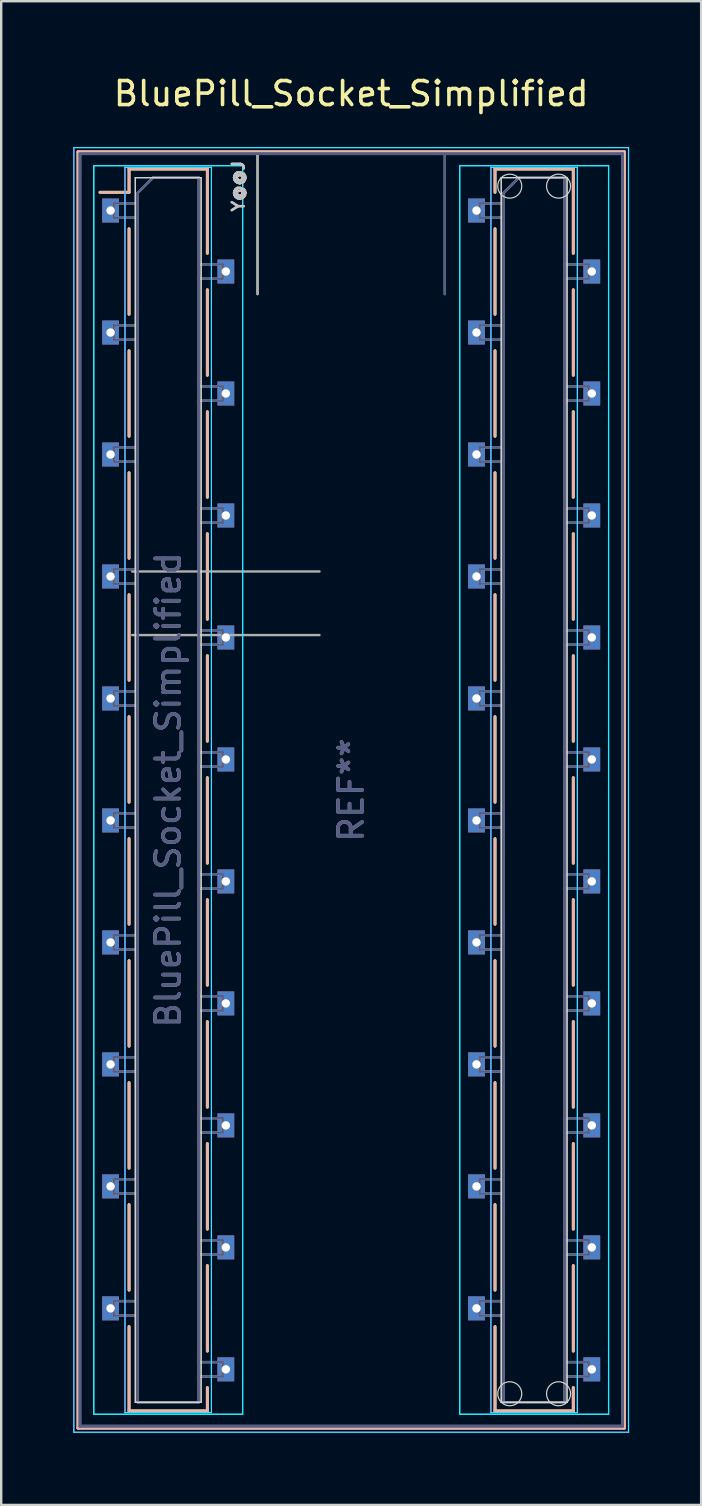
<source format=kicad_pcb>
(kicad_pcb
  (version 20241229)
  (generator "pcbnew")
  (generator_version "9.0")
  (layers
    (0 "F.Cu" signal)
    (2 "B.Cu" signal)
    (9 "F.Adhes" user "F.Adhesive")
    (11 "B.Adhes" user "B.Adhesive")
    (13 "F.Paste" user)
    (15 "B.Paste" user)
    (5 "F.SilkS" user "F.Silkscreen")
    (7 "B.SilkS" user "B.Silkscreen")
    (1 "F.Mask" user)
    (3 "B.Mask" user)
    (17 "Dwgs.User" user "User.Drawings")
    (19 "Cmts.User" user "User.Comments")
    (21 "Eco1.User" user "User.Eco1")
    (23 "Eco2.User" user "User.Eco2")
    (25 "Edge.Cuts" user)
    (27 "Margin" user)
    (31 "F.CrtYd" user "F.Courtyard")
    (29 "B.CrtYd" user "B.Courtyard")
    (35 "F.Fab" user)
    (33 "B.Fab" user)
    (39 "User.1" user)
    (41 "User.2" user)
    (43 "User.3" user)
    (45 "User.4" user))
  (footprint "BluePill_Socket_Simplified"
    (layer "F.Cu")
    (at 11.575 29.848)
    (property "Reference" "BluePill_Socket_Simplified" (at 0 -29 0) (layer "F.SilkS") (effects (font (size 1 1) (thickness 0.15))))
    (attr smd)
    (fp_line (start -11.375 -26.575) (end 11.375 -26.575) (stroke (width 0.12) (type solid)) (layer "F.SilkS"))
    (fp_line (start -11.375 26.575) (end -11.375 -26.575) (stroke (width 0.12) (type solid)) (layer "F.SilkS"))
    (fp_line (start -10.46 -24.89) (end -9.25 -24.89) (stroke (width 0.12) (type solid)) (layer "F.SilkS"))
    (fp_line (start -9.25 -25.86) (end -9.25 -24.89) (stroke (width 0.12) (type solid)) (layer "F.SilkS"))
    (fp_line (start -9.25 -25.86) (end -5.99 -25.86) (stroke (width 0.12) (type solid)) (layer "F.SilkS"))
    (fp_line (start -9.25 -23.37) (end -9.25 -19.81) (stroke (width 0.12) (type solid)) (layer "F.SilkS"))
    (fp_line (start -9.25 -18.29) (end -9.25 -14.73) (stroke (width 0.12) (type solid)) (layer "F.SilkS"))
    (fp_line (start -9.25 -13.21) (end -9.25 -9.65) (stroke (width 0.12) (type solid)) (layer "F.SilkS"))
    (fp_line (start -9.25 -8.13) (end -9.25 -4.57) (stroke (width 0.12) (type solid)) (layer "F.SilkS"))
    (fp_line (start -9.25 -3.05) (end -9.25 0.51) (stroke (width 0.12) (type solid)) (layer "F.SilkS"))
    (fp_line (start -9.25 2.03) (end -9.25 5.59) (stroke (width 0.12) (type solid)) (layer "F.SilkS"))
    (fp_line (start -9.25 7.11) (end -9.25 10.67) (stroke (width 0.12) (type solid)) (layer "F.SilkS"))
    (fp_line (start -9.25 12.19) (end -9.25 15.75) (stroke (width 0.12) (type solid)) (layer "F.SilkS"))
    (fp_line (start -9.25 17.27) (end -9.25 20.83) (stroke (width 0.12) (type solid)) (layer "F.SilkS"))
    (fp_line (start -9.25 22.35) (end -9.25 25.86) (stroke (width 0.12) (type solid)) (layer "F.SilkS"))
    (fp_line (start -9.25 25.86) (end -5.99 25.86) (stroke (width 0.12) (type solid)) (layer "F.SilkS"))
    (fp_line (start -5.99 -25.86) (end -5.99 -22.35) (stroke (width 0.12) (type solid)) (layer "F.SilkS"))
    (fp_line (start -5.99 -20.83) (end -5.99 -17.27) (stroke (width 0.12) (type solid)) (layer "F.SilkS"))
    (fp_line (start -5.99 -15.75) (end -5.99 -12.19) (stroke (width 0.12) (type solid)) (layer "F.SilkS"))
    (fp_line (start -5.99 -10.67) (end -5.99 -7.11) (stroke (width 0.12) (type solid)) (layer "F.SilkS"))
    (fp_line (start -5.99 -5.59) (end -5.99 -2.03) (stroke (width 0.12) (type solid)) (layer "F.SilkS"))
    (fp_line (start -5.99 -0.51) (end -5.99 3.05) (stroke (width 0.12) (type solid)) (layer "F.SilkS"))
    (fp_line (start -5.99 4.57) (end -5.99 8.13) (stroke (width 0.12) (type solid)) (layer "F.SilkS"))
    (fp_line (start -5.99 9.65) (end -5.99 13.21) (stroke (width 0.12) (type solid)) (layer "F.SilkS"))
    (fp_line (start -5.99 14.73) (end -5.99 18.29) (stroke (width 0.12) (type solid)) (layer "F.SilkS"))
    (fp_line (start -5.99 19.81) (end -5.99 23.37) (stroke (width 0.12) (type solid)) (layer "F.SilkS"))
    (fp_line (start -5.99 24.89) (end -5.99 25.86) (stroke (width 0.12) (type solid)) (layer "F.SilkS"))
    (fp_line (start 5.99 -25.86) (end 5.99 -24.89) (stroke (width 0.12) (type solid)) (layer "F.SilkS"))
    (fp_line (start 5.99 -25.86) (end 9.25 -25.86) (stroke (width 0.12) (type solid)) (layer "F.SilkS"))
    (fp_line (start 5.99 -23.37) (end 5.99 -19.81) (stroke (width 0.12) (type solid)) (layer "F.SilkS"))
    (fp_line (start 5.99 -18.29) (end 5.99 -14.73) (stroke (width 0.12) (type solid)) (layer "F.SilkS"))
    (fp_line (start 5.99 -13.21) (end 5.99 -9.65) (stroke (width 0.12) (type solid)) (layer "F.SilkS"))
    (fp_line (start 5.99 -8.13) (end 5.99 -4.57) (stroke (width 0.12) (type solid)) (layer "F.SilkS"))
    (fp_line (start 5.99 -3.05) (end 5.99 0.51) (stroke (width 0.12) (type solid)) (layer "F.SilkS"))
    (fp_line (start 5.99 2.03) (end 5.99 5.59) (stroke (width 0.12) (type solid)) (layer "F.SilkS"))
    (fp_line (start 5.99 7.11) (end 5.99 10.67) (stroke (width 0.12) (type solid)) (layer "F.SilkS"))
    (fp_line (start 5.99 12.19) (end 5.99 15.75) (stroke (width 0.12) (type solid)) (layer "F.SilkS"))
    (fp_line (start 5.99 17.27) (end 5.99 20.83) (stroke (width 0.12) (type solid)) (layer "F.SilkS"))
    (fp_line (start 5.99 22.35) (end 5.99 25.86) (stroke (width 0.12) (type solid)) (layer "F.SilkS"))
    (fp_line (start 5.99 25.86) (end 9.25 25.86) (stroke (width 0.12) (type solid)) (layer "F.SilkS"))
    (fp_line (start 9.25 -25.86) (end 9.25 -22.35) (stroke (width 0.12) (type solid)) (layer "F.SilkS"))
    (fp_line (start 9.25 -20.83) (end 9.25 -17.27) (stroke (width 0.12) (type solid)) (layer "F.SilkS"))
    (fp_line (start 9.25 -15.75) (end 9.25 -12.19) (stroke (width 0.12) (type solid)) (layer "F.SilkS"))
    (fp_line (start 9.25 -10.67) (end 9.25 -7.11) (stroke (width 0.12) (type solid)) (layer "F.SilkS"))
    (fp_line (start 9.25 -5.59) (end 9.25 -2.03) (stroke (width 0.12) (type solid)) (layer "F.SilkS"))
    (fp_line (start 9.25 -0.51) (end 9.25 3.05) (stroke (width 0.12) (type solid)) (layer "F.SilkS"))
    (fp_line (start 9.25 4.57) (end 9.25 8.13) (stroke (width 0.12) (type solid)) (layer "F.SilkS"))
    (fp_line (start 9.25 9.65) (end 9.25 13.21) (stroke (width 0.12) (type solid)) (layer "F.SilkS"))
    (fp_line (start 9.25 14.73) (end 9.25 18.29) (stroke (width 0.12) (type solid)) (layer "F.SilkS"))
    (fp_line (start 9.25 19.81) (end 9.25 23.37) (stroke (width 0.12) (type solid)) (layer "F.SilkS"))
    (fp_line (start 9.25 24.89) (end 9.25 25.86) (stroke (width 0.12) (type solid)) (layer "F.SilkS"))
    (fp_line (start 11.375 -26.575) (end 11.375 26.575) (stroke (width 0.12) (type solid)) (layer "F.SilkS"))
    (fp_line (start 11.375 26.575) (end -11.375 26.575) (stroke (width 0.12) (type solid)) (layer "F.SilkS"))
    (fp_line (start -11.375 -26.575) (end 11.375 -26.575) (stroke (width 0.12) (type solid)) (layer "B.SilkS"))
    (fp_line (start -11.375 26.575) (end -11.375 -26.575) (stroke (width 0.12) (type solid)) (layer "B.SilkS"))
    (fp_line (start -10.46 -24.89) (end -9.25 -24.89) (stroke (width 0.12) (type solid)) (layer "B.SilkS"))
    (fp_line (start -9.25 -25.86) (end -9.25 -24.89) (stroke (width 0.12) (type solid)) (layer "B.SilkS"))
    (fp_line (start -9.25 -25.86) (end -5.99 -25.86) (stroke (width 0.12) (type solid)) (layer "B.SilkS"))
    (fp_line (start -9.25 -23.37) (end -9.25 -19.81) (stroke (width 0.12) (type solid)) (layer "B.SilkS"))
    (fp_line (start -9.25 -18.29) (end -9.25 -14.73) (stroke (width 0.12) (type solid)) (layer "B.SilkS"))
    (fp_line (start -9.25 -13.21) (end -9.25 -9.65) (stroke (width 0.12) (type solid)) (layer "B.SilkS"))
    (fp_line (start -9.25 -8.13) (end -9.25 -4.57) (stroke (width 0.12) (type solid)) (layer "B.SilkS"))
    (fp_line (start -9.25 -3.05) (end -9.25 0.51) (stroke (width 0.12) (type solid)) (layer "B.SilkS"))
    (fp_line (start -9.25 2.03) (end -9.25 5.59) (stroke (width 0.12) (type solid)) (layer "B.SilkS"))
    (fp_line (start -9.25 7.11) (end -9.25 10.67) (stroke (width 0.12) (type solid)) (layer "B.SilkS"))
    (fp_line (start -9.25 12.19) (end -9.25 15.75) (stroke (width 0.12) (type solid)) (layer "B.SilkS"))
    (fp_line (start -9.25 17.27) (end -9.25 20.83) (stroke (width 0.12) (type solid)) (layer "B.SilkS"))
    (fp_line (start -9.25 22.35) (end -9.25 25.86) (stroke (width 0.12) (type solid)) (layer "B.SilkS"))
    (fp_line (start -9.25 25.86) (end -5.99 25.86) (stroke (width 0.12) (type solid)) (layer "B.SilkS"))
    (fp_line (start -5.99 -25.86) (end -5.99 -22.35) (stroke (width 0.12) (type solid)) (layer "B.SilkS"))
    (fp_line (start -5.99 -20.83) (end -5.99 -17.27) (stroke (width 0.12) (type solid)) (layer "B.SilkS"))
    (fp_line (start -5.99 -15.75) (end -5.99 -12.19) (stroke (width 0.12) (type solid)) (layer "B.SilkS"))
    (fp_line (start -5.99 -10.67) (end -5.99 -7.11) (stroke (width 0.12) (type solid)) (layer "B.SilkS"))
    (fp_line (start -5.99 -5.59) (end -5.99 -2.03) (stroke (width 0.12) (type solid)) (layer "B.SilkS"))
    (fp_line (start -5.99 -0.51) (end -5.99 3.05) (stroke (width 0.12) (type solid)) (layer "B.SilkS"))
    (fp_line (start -5.99 4.57) (end -5.99 8.13) (stroke (width 0.12) (type solid)) (layer "B.SilkS"))
    (fp_line (start -5.99 9.65) (end -5.99 13.21) (stroke (width 0.12) (type solid)) (layer "B.SilkS"))
    (fp_line (start -5.99 14.73) (end -5.99 18.29) (stroke (width 0.12) (type solid)) (layer "B.SilkS"))
    (fp_line (start -5.99 19.81) (end -5.99 23.37) (stroke (width 0.12) (type solid)) (layer "B.SilkS"))
    (fp_line (start -5.99 24.89) (end -5.99 25.86) (stroke (width 0.12) (type solid)) (layer "B.SilkS"))
    (fp_line (start 5.99 -25.86) (end 5.99 -24.89) (stroke (width 0.12) (type solid)) (layer "B.SilkS"))
    (fp_line (start 5.99 -25.86) (end 9.25 -25.86) (stroke (width 0.12) (type solid)) (layer "B.SilkS"))
    (fp_line (start 5.99 -23.37) (end 5.99 -19.81) (stroke (width 0.12) (type solid)) (layer "B.SilkS"))
    (fp_line (start 5.99 -18.29) (end 5.99 -14.73) (stroke (width 0.12) (type solid)) (layer "B.SilkS"))
    (fp_line (start 5.99 -13.21) (end 5.99 -9.65) (stroke (width 0.12) (type solid)) (layer "B.SilkS"))
    (fp_line (start 5.99 -8.13) (end 5.99 -4.57) (stroke (width 0.12) (type solid)) (layer "B.SilkS"))
    (fp_line (start 5.99 -3.05) (end 5.99 0.51) (stroke (width 0.12) (type solid)) (layer "B.SilkS"))
    (fp_line (start 5.99 2.03) (end 5.99 5.59) (stroke (width 0.12) (type solid)) (layer "B.SilkS"))
    (fp_line (start 5.99 7.11) (end 5.99 10.67) (stroke (width 0.12) (type solid)) (layer "B.SilkS"))
    (fp_line (start 5.99 12.19) (end 5.99 15.75) (stroke (width 0.12) (type solid)) (layer "B.SilkS"))
    (fp_line (start 5.99 17.27) (end 5.99 20.83) (stroke (width 0.12) (type solid)) (layer "B.SilkS"))
    (fp_line (start 5.99 22.35) (end 5.99 25.86) (stroke (width 0.12) (type solid)) (layer "B.SilkS"))
    (fp_line (start 5.99 25.86) (end 9.25 25.86) (stroke (width 0.12) (type solid)) (layer "B.SilkS"))
    (fp_line (start 9.25 -25.86) (end 9.25 -22.35) (stroke (width 0.12) (type solid)) (layer "B.SilkS"))
    (fp_line (start 9.25 -20.83) (end 9.25 -17.27) (stroke (width 0.12) (type solid)) (layer "B.SilkS"))
    (fp_line (start 9.25 -15.75) (end 9.25 -12.19) (stroke (width 0.12) (type solid)) (layer "B.SilkS"))
    (fp_line (start 9.25 -10.67) (end 9.25 -7.11) (stroke (width 0.12) (type solid)) (layer "B.SilkS"))
    (fp_line (start 9.25 -5.59) (end 9.25 -2.03) (stroke (width 0.12) (type solid)) (layer "B.SilkS"))
    (fp_line (start 9.25 -0.51) (end 9.25 3.05) (stroke (width 0.12) (type solid)) (layer "B.SilkS"))
    (fp_line (start 9.25 4.57) (end 9.25 8.13) (stroke (width 0.12) (type solid)) (layer "B.SilkS"))
    (fp_line (start 9.25 9.65) (end 9.25 13.21) (stroke (width 0.12) (type solid)) (layer "B.SilkS"))
    (fp_line (start 9.25 14.73) (end 9.25 18.29) (stroke (width 0.12) (type solid)) (layer "B.SilkS"))
    (fp_line (start 9.25 19.81) (end 9.25 23.37) (stroke (width 0.12) (type solid)) (layer "B.SilkS"))
    (fp_line (start 9.25 24.89) (end 9.25 25.86) (stroke (width 0.12) (type solid)) (layer "B.SilkS"))
    (fp_line (start 11.375 -26.575) (end 11.375 26.575) (stroke (width 0.12) (type solid)) (layer "B.SilkS"))
    (fp_line (start 11.375 26.575) (end -11.375 26.575) (stroke (width 0.12) (type solid)) (layer "B.SilkS"))
    (fp_line (start -8.99 -25.5) (end -6.25 -25.5) (stroke (width 0.05) (type solid)) (layer "Edge.Cuts"))
    (fp_line (start -8.99 -25.5) (end -6.25 -25.5) (stroke (width 0.05) (type solid)) (layer "Edge.Cuts"))
    (fp_line (start -8.99 25.5) (end -8.99 -25.5) (stroke (width 0.05) (type solid)) (layer "Edge.Cuts"))
    (fp_line (start -8.99 25.5) (end -8.99 -25.5) (stroke (width 0.05) (type solid)) (layer "Edge.Cuts"))
    (fp_line (start -6.25 -25.5) (end -6.25 25.5) (stroke (width 0.05) (type solid)) (layer "Edge.Cuts"))
    (fp_line (start -6.25 -25.5) (end -6.25 25.5) (stroke (width 0.05) (type solid)) (layer "Edge.Cuts"))
    (fp_line (start -6.25 25.5) (end -8.99 25.5) (stroke (width 0.05) (type solid)) (layer "Edge.Cuts"))
    (fp_line (start -6.25 25.5) (end -8.99 25.5) (stroke (width 0.05) (type solid)) (layer "Edge.Cuts"))
    (fp_line (start 6.25 -25.5) (end 8.99 -25.5) (stroke (width 0.05) (type solid)) (layer "Edge.Cuts"))
    (fp_line (start 6.25 -25.5) (end 8.99 -25.5) (stroke (width 0.05) (type solid)) (layer "Edge.Cuts"))
    (fp_line (start 6.25 25.5) (end 6.25 -25.5) (stroke (width 0.05) (type solid)) (layer "Edge.Cuts"))
    (fp_line (start 6.25 25.5) (end 6.25 -25.5) (stroke (width 0.05) (type solid)) (layer "Edge.Cuts"))
    (fp_line (start 8.99 -25.5) (end 8.99 25.5) (stroke (width 0.05) (type solid)) (layer "Edge.Cuts"))
    (fp_line (start 8.99 -25.5) (end 8.99 25.5) (stroke (width 0.05) (type solid)) (layer "Edge.Cuts"))
    (fp_line (start 8.99 25.5) (end 6.25 25.5) (stroke (width 0.05) (type solid)) (layer "Edge.Cuts"))
    (fp_line (start 8.99 25.5) (end 6.25 25.5) (stroke (width 0.05) (type solid)) (layer "Edge.Cuts"))
    (fp_circle (center 6.604 -25.146) (end 7.104 -25.146) (stroke (width 0.05) (type default)) (fill no) (layer "Edge.Cuts"))
    (fp_circle (center 6.604 25.146) (end 7.104 25.146) (stroke (width 0.05) (type default)) (fill no) (layer "Edge.Cuts"))
    (fp_circle (center 8.636 -25.146) (end 9.136 -25.146) (stroke (width 0.05) (type default)) (fill no) (layer "Edge.Cuts"))
    (fp_circle (center 8.636 25.146) (end 9.136 25.146) (stroke (width 0.05) (type default)) (fill no) (layer "Edge.Cuts"))
    (fp_line (start -11.55 -26.75) (end 11.55 -26.75) (stroke (width 0.05) (type solid)) (layer "B.CrtYd"))
    (fp_line (start -11.55 26.75) (end -11.55 -26.75) (stroke (width 0.05) (type solid)) (layer "B.CrtYd"))
    (fp_line (start -10.72 -26) (end -4.52 -26) (stroke (width 0.05) (type solid)) (layer "B.CrtYd"))
    (fp_line (start -10.72 -26) (end -4.52 -26) (stroke (width 0.05) (type solid)) (layer "B.CrtYd"))
    (fp_line (start -10.72 26) (end -10.72 -26) (stroke (width 0.05) (type solid)) (layer "B.CrtYd"))
    (fp_line (start -10.72 26) (end -10.72 -26) (stroke (width 0.05) (type solid)) (layer "B.CrtYd"))
    (fp_line (start -9.42 -25.93) (end -9.42 25.93) (stroke (width 0.05) (type solid)) (layer "B.CrtYd"))
    (fp_line (start -9.42 25.93) (end -5.82 25.93) (stroke (width 0.05) (type solid)) (layer "B.CrtYd"))
    (fp_line (start -5.82 -25.93) (end -9.42 -25.93) (stroke (width 0.05) (type solid)) (layer "B.CrtYd"))
    (fp_line (start -5.82 -25.93) (end -5.82 21.59) (stroke (width 0.05) (type solid)) (layer "B.CrtYd"))
    (fp_line (start -5.82 21.59) (end -5.82 25.93) (stroke (width 0.05) (type solid)) (layer "B.CrtYd"))
    (fp_line (start -4.52 -26) (end -4.52 26) (stroke (width 0.05) (type solid)) (layer "B.CrtYd"))
    (fp_line (start -4.52 -26) (end -4.52 26) (stroke (width 0.05) (type solid)) (layer "B.CrtYd"))
    (fp_line (start -4.52 26) (end -10.72 26) (stroke (width 0.05) (type solid)) (layer "B.CrtYd"))
    (fp_line (start -4.52 26) (end -10.72 26) (stroke (width 0.05) (type solid)) (layer "B.CrtYd"))
    (fp_line (start 4.52 -26) (end 10.72 -26) (stroke (width 0.05) (type solid)) (layer "B.CrtYd"))
    (fp_line (start 4.52 -26) (end 10.72 -26) (stroke (width 0.05) (type solid)) (layer "B.CrtYd"))
    (fp_line (start 4.52 26) (end 4.52 -26) (stroke (width 0.05) (type solid)) (layer "B.CrtYd"))
    (fp_line (start 4.52 26) (end 4.52 -26) (stroke (width 0.05) (type solid)) (layer "B.CrtYd"))
    (fp_line (start 5.82 -25.93) (end 5.82 21.59) (stroke (width 0.05) (type solid)) (layer "B.CrtYd"))
    (fp_line (start 5.82 -25.93) (end 9.42 -25.93) (stroke (width 0.05) (type solid)) (layer "B.CrtYd"))
    (fp_line (start 5.82 21.59) (end 5.82 25.93) (stroke (width 0.05) (type solid)) (layer "B.CrtYd"))
    (fp_line (start 9.42 -25.93) (end 9.42 25.93) (stroke (width 0.05) (type solid)) (layer "B.CrtYd"))
    (fp_line (start 9.42 25.93) (end 5.82 25.93) (stroke (width 0.05) (type solid)) (layer "B.CrtYd"))
    (fp_line (start 10.72 -26) (end 10.72 26) (stroke (width 0.05) (type solid)) (layer "B.CrtYd"))
    (fp_line (start 10.72 -26) (end 10.72 26) (stroke (width 0.05) (type solid)) (layer "B.CrtYd"))
    (fp_line (start 10.72 26) (end 4.52 26) (stroke (width 0.05) (type solid)) (layer "B.CrtYd"))
    (fp_line (start 10.72 26) (end 4.52 26) (stroke (width 0.05) (type solid)) (layer "B.CrtYd"))
    (fp_line (start 11.55 -26.75) (end 11.55 26.75) (stroke (width 0.05) (type solid)) (layer "B.CrtYd"))
    (fp_line (start 11.55 26.75) (end -11.55 26.75) (stroke (width 0.05) (type solid)) (layer "B.CrtYd"))
    (fp_line (start -11.55 -26.75) (end 11.55 -26.75) (stroke (width 0.05) (type solid)) (layer "F.CrtYd"))
    (fp_line (start -11.55 26.75) (end -11.55 -26.75) (stroke (width 0.05) (type solid)) (layer "F.CrtYd"))
    (fp_line (start -9.42 -25.93) (end -9.42 25.93) (stroke (width 0.05) (type solid)) (layer "F.CrtYd"))
    (fp_line (start -9.42 25.93) (end -5.82 25.93) (stroke (width 0.05) (type solid)) (layer "F.CrtYd"))
    (fp_line (start -5.82 -25.93) (end -9.42 -25.93) (stroke (width 0.05) (type solid)) (layer "F.CrtYd"))
    (fp_line (start -5.82 -25.93) (end -5.82 21.59) (stroke (width 0.05) (type solid)) (layer "F.CrtYd"))
    (fp_line (start -5.82 21.59) (end -5.82 25.93) (stroke (width 0.05) (type solid)) (layer "F.CrtYd"))
    (fp_line (start 5.82 -25.93) (end 5.82 21.59) (stroke (width 0.05) (type solid)) (layer "F.CrtYd"))
    (fp_line (start 5.82 -25.93) (end 9.42 -25.93) (stroke (width 0.05) (type solid)) (layer "F.CrtYd"))
    (fp_line (start 5.82 21.59) (end 5.82 25.93) (stroke (width 0.05) (type solid)) (layer "F.CrtYd"))
    (fp_line (start 9.42 -25.93) (end 9.42 25.93) (stroke (width 0.05) (type solid)) (layer "F.CrtYd"))
    (fp_line (start 9.42 25.93) (end 5.82 25.93) (stroke (width 0.05) (type solid)) (layer "F.CrtYd"))
    (fp_line (start 11.55 -26.75) (end 11.55 26.75) (stroke (width 0.05) (type solid)) (layer "F.CrtYd"))
    (fp_line (start 11.55 26.75) (end -11.55 26.75) (stroke (width 0.05) (type solid)) (layer "F.CrtYd"))
    (fp_line (start -11.3 -26.5) (end 11.3 -26.5) (stroke (width 0.12) (type solid)) (layer "B.Fab"))
    (fp_line (start -11.3 26.5) (end -11.3 -26.45) (stroke (width 0.12) (type solid)) (layer "B.Fab"))
    (fp_line (start -11.3 26.5) (end 11.3 26.5) (stroke (width 0.12) (type solid)) (layer "B.Fab"))
    (fp_line (start -9.89 -24.43) (end -8.89 -24.43) (stroke (width 0.1) (type solid)) (layer "B.Fab"))
    (fp_line (start -9.89 -23.83) (end -9.89 -24.43) (stroke (width 0.1) (type solid)) (layer "B.Fab"))
    (fp_line (start -9.89 -19.35) (end -8.89 -19.35) (stroke (width 0.1) (type solid)) (layer "B.Fab"))
    (fp_line (start -9.89 -18.75) (end -9.89 -19.35) (stroke (width 0.1) (type solid)) (layer "B.Fab"))
    (fp_line (start -9.89 -14.27) (end -8.89 -14.27) (stroke (width 0.1) (type solid)) (layer "B.Fab"))
    (fp_line (start -9.89 -13.67) (end -9.89 -14.27) (stroke (width 0.1) (type solid)) (layer "B.Fab"))
    (fp_line (start -9.89 -9.19) (end -8.89 -9.19) (stroke (width 0.1) (type solid)) (layer "B.Fab"))
    (fp_line (start -9.89 -8.59) (end -9.89 -9.19) (stroke (width 0.1) (type solid)) (layer "B.Fab"))
    (fp_line (start -9.89 -4.11) (end -8.89 -4.11) (stroke (width 0.1) (type solid)) (layer "B.Fab"))
    (fp_line (start -9.89 -3.51) (end -9.89 -4.11) (stroke (width 0.1) (type solid)) (layer "B.Fab"))
    (fp_line (start -9.89 0.97) (end -8.89 0.97) (stroke (width 0.1) (type solid)) (layer "B.Fab"))
    (fp_line (start -9.89 1.57) (end -9.89 0.97) (stroke (width 0.1) (type solid)) (layer "B.Fab"))
    (fp_line (start -9.89 6.05) (end -8.89 6.05) (stroke (width 0.1) (type solid)) (layer "B.Fab"))
    (fp_line (start -9.89 6.65) (end -9.89 6.05) (stroke (width 0.1) (type solid)) (layer "B.Fab"))
    (fp_line (start -9.89 11.13) (end -8.89 11.13) (stroke (width 0.1) (type solid)) (layer "B.Fab"))
    (fp_line (start -9.89 11.73) (end -9.89 11.13) (stroke (width 0.1) (type solid)) (layer "B.Fab"))
    (fp_line (start -9.89 16.21) (end -8.89 16.21) (stroke (width 0.1) (type solid)) (layer "B.Fab"))
    (fp_line (start -9.89 16.81) (end -9.89 16.21) (stroke (width 0.1) (type solid)) (layer "B.Fab"))
    (fp_line (start -9.89 21.29) (end -8.89 21.29) (stroke (width 0.1) (type solid)) (layer "B.Fab"))
    (fp_line (start -9.89 21.89) (end -9.89 21.29) (stroke (width 0.1) (type solid)) (layer "B.Fab"))
    (fp_line (start -8.89 -24.865) (end -8.255 -25.5) (stroke (width 0.1) (type solid)) (layer "B.Fab"))
    (fp_line (start -8.89 -23.83) (end -9.89 -23.83) (stroke (width 0.1) (type solid)) (layer "B.Fab"))
    (fp_line (start -8.89 -18.75) (end -9.89 -18.75) (stroke (width 0.1) (type solid)) (layer "B.Fab"))
    (fp_line (start -8.89 -13.67) (end -9.89 -13.67) (stroke (width 0.1) (type solid)) (layer "B.Fab"))
    (fp_line (start -8.89 -8.59) (end -9.89 -8.59) (stroke (width 0.1) (type solid)) (layer "B.Fab"))
    (fp_line (start -8.89 -3.51) (end -9.89 -3.51) (stroke (width 0.1) (type solid)) (layer "B.Fab"))
    (fp_line (start -8.89 1.57) (end -9.89 1.57) (stroke (width 0.1) (type solid)) (layer "B.Fab"))
    (fp_line (start -8.89 6.65) (end -9.89 6.65) (stroke (width 0.1) (type solid)) (layer "B.Fab"))
    (fp_line (start -8.89 11.73) (end -9.89 11.73) (stroke (width 0.1) (type solid)) (layer "B.Fab"))
    (fp_line (start -8.89 16.81) (end -9.89 16.81) (stroke (width 0.1) (type solid)) (layer "B.Fab"))
    (fp_line (start -8.89 21.89) (end -9.89 21.89) (stroke (width 0.1) (type solid)) (layer "B.Fab"))
    (fp_line (start -8.89 25.5) (end -8.89 -24.865) (stroke (width 0.1) (type solid)) (layer "B.Fab"))
    (fp_line (start -8.255 -25.5) (end -6.35 -25.5) (stroke (width 0.1) (type solid)) (layer "B.Fab"))
    (fp_line (start -6.35 -25.5) (end -6.35 25.5) (stroke (width 0.1) (type solid)) (layer "B.Fab"))
    (fp_line (start -6.35 -21.89) (end -5.35 -21.89) (stroke (width 0.1) (type solid)) (layer "B.Fab"))
    (fp_line (start -6.35 -16.81) (end -5.35 -16.81) (stroke (width 0.1) (type solid)) (layer "B.Fab"))
    (fp_line (start -6.35 -11.73) (end -5.35 -11.73) (stroke (width 0.1) (type solid)) (layer "B.Fab"))
    (fp_line (start -6.35 -6.65) (end -5.35 -6.65) (stroke (width 0.1) (type solid)) (layer "B.Fab"))
    (fp_line (start -6.35 -1.57) (end -5.35 -1.57) (stroke (width 0.1) (type solid)) (layer "B.Fab"))
    (fp_line (start -6.35 3.51) (end -5.35 3.51) (stroke (width 0.1) (type solid)) (layer "B.Fab"))
    (fp_line (start -6.35 8.59) (end -5.35 8.59) (stroke (width 0.1) (type solid)) (layer "B.Fab"))
    (fp_line (start -6.35 13.67) (end -5.35 13.67) (stroke (width 0.1) (type solid)) (layer "B.Fab"))
    (fp_line (start -6.35 18.75) (end -5.35 18.75) (stroke (width 0.1) (type solid)) (layer "B.Fab"))
    (fp_line (start -6.35 23.83) (end -5.35 23.83) (stroke (width 0.1) (type solid)) (layer "B.Fab"))
    (fp_line (start -6.35 25.5) (end -8.89 25.5) (stroke (width 0.1) (type solid)) (layer "B.Fab"))
    (fp_line (start -5.35 -21.89) (end -5.35 -21.29) (stroke (width 0.1) (type solid)) (layer "B.Fab"))
    (fp_line (start -5.35 -21.29) (end -6.35 -21.29) (stroke (width 0.1) (type solid)) (layer "B.Fab"))
    (fp_line (start -5.35 -16.81) (end -5.35 -16.21) (stroke (width 0.1) (type solid)) (layer "B.Fab"))
    (fp_line (start -5.35 -16.21) (end -6.35 -16.21) (stroke (width 0.1) (type solid)) (layer "B.Fab"))
    (fp_line (start -5.35 -11.73) (end -5.35 -11.13) (stroke (width 0.1) (type solid)) (layer "B.Fab"))
    (fp_line (start -5.35 -11.13) (end -6.35 -11.13) (stroke (width 0.1) (type solid)) (layer "B.Fab"))
    (fp_line (start -5.35 -6.65) (end -5.35 -6.05) (stroke (width 0.1) (type solid)) (layer "B.Fab"))
    (fp_line (start -5.35 -6.05) (end -6.35 -6.05) (stroke (width 0.1) (type solid)) (layer "B.Fab"))
    (fp_line (start -5.35 -1.57) (end -5.35 -0.97) (stroke (width 0.1) (type solid)) (layer "B.Fab"))
    (fp_line (start -5.35 -0.97) (end -6.35 -0.97) (stroke (width 0.1) (type solid)) (layer "B.Fab"))
    (fp_line (start -5.35 3.51) (end -5.35 4.11) (stroke (width 0.1) (type solid)) (layer "B.Fab"))
    (fp_line (start -5.35 4.11) (end -6.35 4.11) (stroke (width 0.1) (type solid)) (layer "B.Fab"))
    (fp_line (start -5.35 8.59) (end -5.35 9.19) (stroke (width 0.1) (type solid)) (layer "B.Fab"))
    (fp_line (start -5.35 9.19) (end -6.35 9.19) (stroke (width 0.1) (type solid)) (layer "B.Fab"))
    (fp_line (start -5.35 13.67) (end -5.35 14.27) (stroke (width 0.1) (type solid)) (layer "B.Fab"))
    (fp_line (start -5.35 14.27) (end -6.35 14.27) (stroke (width 0.1) (type solid)) (layer "B.Fab"))
    (fp_line (start -5.35 18.75) (end -5.35 19.35) (stroke (width 0.1) (type solid)) (layer "B.Fab"))
    (fp_line (start -5.35 19.35) (end -6.35 19.35) (stroke (width 0.1) (type solid)) (layer "B.Fab"))
    (fp_line (start -5.35 23.83) (end -5.35 24.43) (stroke (width 0.1) (type solid)) (layer "B.Fab"))
    (fp_line (start -5.35 24.43) (end -6.35 24.43) (stroke (width 0.1) (type solid)) (layer "B.Fab"))
    (fp_line (start 3.9 -20.65) (end 3.9 -26.45) (stroke (width 0.1) (type solid)) (layer "B.Fab"))
    (fp_line (start 5.35 -24.43) (end 6.35 -24.43) (stroke (width 0.1) (type solid)) (layer "B.Fab"))
    (fp_line (start 5.35 -23.83) (end 5.35 -24.43) (stroke (width 0.1) (type solid)) (layer "B.Fab"))
    (fp_line (start 5.35 -19.35) (end 6.35 -19.35) (stroke (width 0.1) (type solid)) (layer "B.Fab"))
    (fp_line (start 5.35 -18.75) (end 5.35 -19.35) (stroke (width 0.1) (type solid)) (layer "B.Fab"))
    (fp_line (start 5.35 -14.27) (end 6.35 -14.27) (stroke (width 0.1) (type solid)) (layer "B.Fab"))
    (fp_line (start 5.35 -13.67) (end 5.35 -14.27) (stroke (width 0.1) (type solid)) (layer "B.Fab"))
    (fp_line (start 5.35 -9.19) (end 6.35 -9.19) (stroke (width 0.1) (type solid)) (layer "B.Fab"))
    (fp_line (start 5.35 -8.59) (end 5.35 -9.19) (stroke (width 0.1) (type solid)) (layer "B.Fab"))
    (fp_line (start 5.35 -4.11) (end 6.35 -4.11) (stroke (width 0.1) (type solid)) (layer "B.Fab"))
    (fp_line (start 5.35 -3.51) (end 5.35 -4.11) (stroke (width 0.1) (type solid)) (layer "B.Fab"))
    (fp_line (start 5.35 0.97) (end 6.35 0.97) (stroke (width 0.1) (type solid)) (layer "B.Fab"))
    (fp_line (start 5.35 1.57) (end 5.35 0.97) (stroke (width 0.1) (type solid)) (layer "B.Fab"))
    (fp_line (start 5.35 6.05) (end 6.35 6.05) (stroke (width 0.1) (type solid)) (layer "B.Fab"))
    (fp_line (start 5.35 6.65) (end 5.35 6.05) (stroke (width 0.1) (type solid)) (layer "B.Fab"))
    (fp_line (start 5.35 11.13) (end 6.35 11.13) (stroke (width 0.1) (type solid)) (layer "B.Fab"))
    (fp_line (start 5.35 11.73) (end 5.35 11.13) (stroke (width 0.1) (type solid)) (layer "B.Fab"))
    (fp_line (start 5.35 16.21) (end 6.35 16.21) (stroke (width 0.1) (type solid)) (layer "B.Fab"))
    (fp_line (start 5.35 16.81) (end 5.35 16.21) (stroke (width 0.1) (type solid)) (layer "B.Fab"))
    (fp_line (start 5.35 21.29) (end 6.35 21.29) (stroke (width 0.1) (type solid)) (layer "B.Fab"))
    (fp_line (start 5.35 21.89) (end 5.35 21.29) (stroke (width 0.1) (type solid)) (layer "B.Fab"))
    (fp_line (start 6.35 -24.865) (end 6.985 -25.5) (stroke (width 0.1) (type solid)) (layer "B.Fab"))
    (fp_line (start 6.35 -23.83) (end 5.35 -23.83) (stroke (width 0.1) (type solid)) (layer "B.Fab"))
    (fp_line (start 6.35 -18.75) (end 5.35 -18.75) (stroke (width 0.1) (type solid)) (layer "B.Fab"))
    (fp_line (start 6.35 -13.67) (end 5.35 -13.67) (stroke (width 0.1) (type solid)) (layer "B.Fab"))
    (fp_line (start 6.35 -8.59) (end 5.35 -8.59) (stroke (width 0.1) (type solid)) (layer "B.Fab"))
    (fp_line (start 6.35 -3.51) (end 5.35 -3.51) (stroke (width 0.1) (type solid)) (layer "B.Fab"))
    (fp_line (start 6.35 1.57) (end 5.35 1.57) (stroke (width 0.1) (type solid)) (layer "B.Fab"))
    (fp_line (start 6.35 6.65) (end 5.35 6.65) (stroke (width 0.1) (type solid)) (layer "B.Fab"))
    (fp_line (start 6.35 11.73) (end 5.35 11.73) (stroke (width 0.1) (type solid)) (layer "B.Fab"))
    (fp_line (start 6.35 16.81) (end 5.35 16.81) (stroke (width 0.1) (type solid)) (layer "B.Fab"))
    (fp_line (start 6.35 21.89) (end 5.35 21.89) (stroke (width 0.1) (type solid)) (layer "B.Fab"))
    (fp_line (start 6.35 25.5) (end 6.35 -24.865) (stroke (width 0.1) (type solid)) (layer "B.Fab"))
    (fp_line (start 6.985 -25.5) (end 8.89 -25.5) (stroke (width 0.1) (type solid)) (layer "B.Fab"))
    (fp_line (start 8.89 -25.5) (end 8.89 25.5) (stroke (width 0.1) (type solid)) (layer "B.Fab"))
    (fp_line (start 8.89 -21.89) (end 9.89 -21.89) (stroke (width 0.1) (type solid)) (layer "B.Fab"))
    (fp_line (start 8.89 -16.81) (end 9.89 -16.81) (stroke (width 0.1) (type solid)) (layer "B.Fab"))
    (fp_line (start 8.89 -11.73) (end 9.89 -11.73) (stroke (width 0.1) (type solid)) (layer "B.Fab"))
    (fp_line (start 8.89 -6.65) (end 9.89 -6.65) (stroke (width 0.1) (type solid)) (layer "B.Fab"))
    (fp_line (start 8.89 -1.57) (end 9.89 -1.57) (stroke (width 0.1) (type solid)) (layer "B.Fab"))
    (fp_line (start 8.89 3.51) (end 9.89 3.51) (stroke (width 0.1) (type solid)) (layer "B.Fab"))
    (fp_line (start 8.89 8.59) (end 9.89 8.59) (stroke (width 0.1) (type solid)) (layer "B.Fab"))
    (fp_line (start 8.89 13.67) (end 9.89 13.67) (stroke (width 0.1) (type solid)) (layer "B.Fab"))
    (fp_line (start 8.89 18.75) (end 9.89 18.75) (stroke (width 0.1) (type solid)) (layer "B.Fab"))
    (fp_line (start 8.89 23.83) (end 9.89 23.83) (stroke (width 0.1) (type solid)) (layer "B.Fab"))
    (fp_line (start 8.89 25.5) (end 6.35 25.5) (stroke (width 0.1) (type solid)) (layer "B.Fab"))
    (fp_line (start 9.89 -21.89) (end 9.89 -21.29) (stroke (width 0.1) (type solid)) (layer "B.Fab"))
    (fp_line (start 9.89 -21.29) (end 8.89 -21.29) (stroke (width 0.1) (type solid)) (layer "B.Fab"))
    (fp_line (start 9.89 -16.81) (end 9.89 -16.21) (stroke (width 0.1) (type solid)) (layer "B.Fab"))
    (fp_line (start 9.89 -16.21) (end 8.89 -16.21) (stroke (width 0.1) (type solid)) (layer "B.Fab"))
    (fp_line (start 9.89 -11.73) (end 9.89 -11.13) (stroke (width 0.1) (type solid)) (layer "B.Fab"))
    (fp_line (start 9.89 -11.13) (end 8.89 -11.13) (stroke (width 0.1) (type solid)) (layer "B.Fab"))
    (fp_line (start 9.89 -6.65) (end 9.89 -6.05) (stroke (width 0.1) (type solid)) (layer "B.Fab"))
    (fp_line (start 9.89 -6.05) (end 8.89 -6.05) (stroke (width 0.1) (type solid)) (layer "B.Fab"))
    (fp_line (start 9.89 -1.57) (end 9.89 -0.97) (stroke (width 0.1) (type solid)) (layer "B.Fab"))
    (fp_line (start 9.89 -0.97) (end 8.89 -0.97) (stroke (width 0.1) (type solid)) (layer "B.Fab"))
    (fp_line (start 9.89 3.51) (end 9.89 4.11) (stroke (width 0.1) (type solid)) (layer "B.Fab"))
    (fp_line (start 9.89 4.11) (end 8.89 4.11) (stroke (width 0.1) (type solid)) (layer "B.Fab"))
    (fp_line (start 9.89 8.59) (end 9.89 9.19) (stroke (width 0.1) (type solid)) (layer "B.Fab"))
    (fp_line (start 9.89 9.19) (end 8.89 9.19) (stroke (width 0.1) (type solid)) (layer "B.Fab"))
    (fp_line (start 9.89 13.67) (end 9.89 14.27) (stroke (width 0.1) (type solid)) (layer "B.Fab"))
    (fp_line (start 9.89 14.27) (end 8.89 14.27) (stroke (width 0.1) (type solid)) (layer "B.Fab"))
    (fp_line (start 9.89 18.75) (end 9.89 19.35) (stroke (width 0.1) (type solid)) (layer "B.Fab"))
    (fp_line (start 9.89 19.35) (end 8.89 19.35) (stroke (width 0.1) (type solid)) (layer "B.Fab"))
    (fp_line (start 9.89 23.83) (end 9.89 24.43) (stroke (width 0.1) (type solid)) (layer "B.Fab"))
    (fp_line (start 9.89 24.43) (end 8.89 24.43) (stroke (width 0.1) (type solid)) (layer "B.Fab"))
    (fp_line (start 11.3 -26.5) (end 11.3 26.5) (stroke (width 0.12) (type solid)) (layer "B.Fab"))
    (fp_line (start -11.3 -26.5) (end 11.3 -26.5) (stroke (width 0.12) (type solid)) (layer "F.Fab"))
    (fp_line (start -11.3 26.5) (end -11.3 -26.45) (stroke (width 0.12) (type solid)) (layer "F.Fab"))
    (fp_line (start -11.3 26.5) (end 11.3 26.5) (stroke (width 0.12) (type solid)) (layer "F.Fab"))
    (fp_line (start -9.89 -24.43) (end -8.89 -24.43) (stroke (width 0.1) (type solid)) (layer "F.Fab"))
    (fp_line (start -9.89 -23.83) (end -9.89 -24.43) (stroke (width 0.1) (type solid)) (layer "F.Fab"))
    (fp_line (start -9.89 -19.35) (end -8.89 -19.35) (stroke (width 0.1) (type solid)) (layer "F.Fab"))
    (fp_line (start -9.89 -18.75) (end -9.89 -19.35) (stroke (width 0.1) (type solid)) (layer "F.Fab"))
    (fp_line (start -9.89 -14.27) (end -8.89 -14.27) (stroke (width 0.1) (type solid)) (layer "F.Fab"))
    (fp_line (start -9.89 -13.67) (end -9.89 -14.27) (stroke (width 0.1) (type solid)) (layer "F.Fab"))
    (fp_line (start -9.89 -9.19) (end -8.89 -9.19) (stroke (width 0.1) (type solid)) (layer "F.Fab"))
    (fp_line (start -9.89 -8.59) (end -9.89 -9.19) (stroke (width 0.1) (type solid)) (layer "F.Fab"))
    (fp_line (start -9.89 -4.11) (end -8.89 -4.11) (stroke (width 0.1) (type solid)) (layer "F.Fab"))
    (fp_line (start -9.89 -3.51) (end -9.89 -4.11) (stroke (width 0.1) (type solid)) (layer "F.Fab"))
    (fp_line (start -9.89 0.97) (end -8.89 0.97) (stroke (width 0.1) (type solid)) (layer "F.Fab"))
    (fp_line (start -9.89 1.57) (end -9.89 0.97) (stroke (width 0.1) (type solid)) (layer "F.Fab"))
    (fp_line (start -9.89 6.05) (end -8.89 6.05) (stroke (width 0.1) (type solid)) (layer "F.Fab"))
    (fp_line (start -9.89 6.65) (end -9.89 6.05) (stroke (width 0.1) (type solid)) (layer "F.Fab"))
    (fp_line (start -9.89 11.13) (end -8.89 11.13) (stroke (width 0.1) (type solid)) (layer "F.Fab"))
    (fp_line (start -9.89 11.73) (end -9.89 11.13) (stroke (width 0.1) (type solid)) (layer "F.Fab"))
    (fp_line (start -9.89 16.21) (end -8.89 16.21) (stroke (width 0.1) (type solid)) (layer "F.Fab"))
    (fp_line (start -9.89 16.81) (end -9.89 16.21) (stroke (width 0.1) (type solid)) (layer "F.Fab"))
    (fp_line (start -9.89 21.29) (end -8.89 21.29) (stroke (width 0.1) (type solid)) (layer "F.Fab"))
    (fp_line (start -9.89 21.89) (end -9.89 21.29) (stroke (width 0.1) (type solid)) (layer "F.Fab"))
    (fp_line (start -9.12 -9.098) (end -1.32 -9.098) (stroke (width 0.1) (type solid)) (layer "F.Fab"))
    (fp_line (start -9.12 -6.451) (end -1.32 -6.451) (stroke (width 0.1) (type solid)) (layer "F.Fab"))
    (fp_line (start -8.89 -24.865) (end -8.255 -25.5) (stroke (width 0.1) (type solid)) (layer "F.Fab"))
    (fp_line (start -8.89 -23.83) (end -9.89 -23.83) (stroke (width 0.1) (type solid)) (layer "F.Fab"))
    (fp_line (start -8.89 -18.75) (end -9.89 -18.75) (stroke (width 0.1) (type solid)) (layer "F.Fab"))
    (fp_line (start -8.89 -13.67) (end -9.89 -13.67) (stroke (width 0.1) (type solid)) (layer "F.Fab"))
    (fp_line (start -8.89 -8.59) (end -9.89 -8.59) (stroke (width 0.1) (type solid)) (layer "F.Fab"))
    (fp_line (start -8.89 -3.51) (end -9.89 -3.51) (stroke (width 0.1) (type solid)) (layer "F.Fab"))
    (fp_line (start -8.89 1.57) (end -9.89 1.57) (stroke (width 0.1) (type solid)) (layer "F.Fab"))
    (fp_line (start -8.89 6.65) (end -9.89 6.65) (stroke (width 0.1) (type solid)) (layer "F.Fab"))
    (fp_line (start -8.89 11.73) (end -9.89 11.73) (stroke (width 0.1) (type solid)) (layer "F.Fab"))
    (fp_line (start -8.89 16.81) (end -9.89 16.81) (stroke (width 0.1) (type solid)) (layer "F.Fab"))
    (fp_line (start -8.89 21.89) (end -9.89 21.89) (stroke (width 0.1) (type solid)) (layer "F.Fab"))
    (fp_line (start -8.89 25.5) (end -8.89 -24.865) (stroke (width 0.1) (type solid)) (layer "F.Fab"))
    (fp_line (start -8.255 -25.5) (end -6.35 -25.5) (stroke (width 0.1) (type solid)) (layer "F.Fab"))
    (fp_line (start -6.35 -25.5) (end -6.35 25.5) (stroke (width 0.1) (type solid)) (layer "F.Fab"))
    (fp_line (start -6.35 -21.89) (end -5.35 -21.89) (stroke (width 0.1) (type solid)) (layer "F.Fab"))
    (fp_line (start -6.35 -16.81) (end -5.35 -16.81) (stroke (width 0.1) (type solid)) (layer "F.Fab"))
    (fp_line (start -6.35 -11.73) (end -5.35 -11.73) (stroke (width 0.1) (type solid)) (layer "F.Fab"))
    (fp_line (start -6.35 -6.65) (end -5.35 -6.65) (stroke (width 0.1) (type solid)) (layer "F.Fab"))
    (fp_line (start -6.35 -1.57) (end -5.35 -1.57) (stroke (width 0.1) (type solid)) (layer "F.Fab"))
    (fp_line (start -6.35 3.51) (end -5.35 3.51) (stroke (width 0.1) (type solid)) (layer "F.Fab"))
    (fp_line (start -6.35 8.59) (end -5.35 8.59) (stroke (width 0.1) (type solid)) (layer "F.Fab"))
    (fp_line (start -6.35 13.67) (end -5.35 13.67) (stroke (width 0.1) (type solid)) (layer "F.Fab"))
    (fp_line (start -6.35 18.75) (end -5.35 18.75) (stroke (width 0.1) (type solid)) (layer "F.Fab"))
    (fp_line (start -6.35 23.83) (end -5.35 23.83) (stroke (width 0.1) (type solid)) (layer "F.Fab"))
    (fp_line (start -6.35 25.5) (end -8.89 25.5) (stroke (width 0.1) (type solid)) (layer "F.Fab"))
    (fp_line (start -5.35 -21.89) (end -5.35 -21.29) (stroke (width 0.1) (type solid)) (layer "F.Fab"))
    (fp_line (start -5.35 -21.29) (end -6.35 -21.29) (stroke (width 0.1) (type solid)) (layer "F.Fab"))
    (fp_line (start -5.35 -16.81) (end -5.35 -16.21) (stroke (width 0.1) (type solid)) (layer "F.Fab"))
    (fp_line (start -5.35 -16.21) (end -6.35 -16.21) (stroke (width 0.1) (type solid)) (layer "F.Fab"))
    (fp_line (start -5.35 -11.73) (end -5.35 -11.13) (stroke (width 0.1) (type solid)) (layer "F.Fab"))
    (fp_line (start -5.35 -11.13) (end -6.35 -11.13) (stroke (width 0.1) (type solid)) (layer "F.Fab"))
    (fp_line (start -5.35 -6.65) (end -5.35 -6.05) (stroke (width 0.1) (type solid)) (layer "F.Fab"))
    (fp_line (start -5.35 -6.05) (end -6.35 -6.05) (stroke (width 0.1) (type solid)) (layer "F.Fab"))
    (fp_line (start -5.35 -1.57) (end -5.35 -0.97) (stroke (width 0.1) (type solid)) (layer "F.Fab"))
    (fp_line (start -5.35 -0.97) (end -6.35 -0.97) (stroke (width 0.1) (type solid)) (layer "F.Fab"))
    (fp_line (start -5.35 3.51) (end -5.35 4.11) (stroke (width 0.1) (type solid)) (layer "F.Fab"))
    (fp_line (start -5.35 4.11) (end -6.35 4.11) (stroke (width 0.1) (type solid)) (layer "F.Fab"))
    (fp_line (start -5.35 8.59) (end -5.35 9.19) (stroke (width 0.1) (type solid)) (layer "F.Fab"))
    (fp_line (start -5.35 9.19) (end -6.35 9.19) (stroke (width 0.1) (type solid)) (layer "F.Fab"))
    (fp_line (start -5.35 13.67) (end -5.35 14.27) (stroke (width 0.1) (type solid)) (layer "F.Fab"))
    (fp_line (start -5.35 14.27) (end -6.35 14.27) (stroke (width 0.1) (type solid)) (layer "F.Fab"))
    (fp_line (start -5.35 18.75) (end -5.35 19.35) (stroke (width 0.1) (type solid)) (layer "F.Fab"))
    (fp_line (start -5.35 19.35) (end -6.35 19.35) (stroke (width 0.1) (type solid)) (layer "F.Fab"))
    (fp_line (start -5.35 23.83) (end -5.35 24.43) (stroke (width 0.1) (type solid)) (layer "F.Fab"))
    (fp_line (start -5.35 24.43) (end -6.35 24.43) (stroke (width 0.1) (type solid)) (layer "F.Fab"))
    (fp_line (start -3.9 -20.65) (end -3.9 -26.45) (stroke (width 0.1) (type solid)) (layer "F.Fab"))
    (fp_line (start -3.9 -20.65) (end -3.9 -26.45) (stroke (width 0.1) (type solid)) (layer "F.Fab"))
    (fp_line (start 3.9 -20.65) (end 3.9 -26.45) (stroke (width 0.1) (type solid)) (layer "F.Fab"))
    (fp_line (start 5.35 -24.43) (end 6.35 -24.43) (stroke (width 0.1) (type solid)) (layer "F.Fab"))
    (fp_line (start 5.35 -23.83) (end 5.35 -24.43) (stroke (width 0.1) (type solid)) (layer "F.Fab"))
    (fp_line (start 5.35 -19.35) (end 6.35 -19.35) (stroke (width 0.1) (type solid)) (layer "F.Fab"))
    (fp_line (start 5.35 -18.75) (end 5.35 -19.35) (stroke (width 0.1) (type solid)) (layer "F.Fab"))
    (fp_line (start 5.35 -14.27) (end 6.35 -14.27) (stroke (width 0.1) (type solid)) (layer "F.Fab"))
    (fp_line (start 5.35 -13.67) (end 5.35 -14.27) (stroke (width 0.1) (type solid)) (layer "F.Fab"))
    (fp_line (start 5.35 -9.19) (end 6.35 -9.19) (stroke (width 0.1) (type solid)) (layer "F.Fab"))
    (fp_line (start 5.35 -8.59) (end 5.35 -9.19) (stroke (width 0.1) (type solid)) (layer "F.Fab"))
    (fp_line (start 5.35 -4.11) (end 6.35 -4.11) (stroke (width 0.1) (type solid)) (layer "F.Fab"))
    (fp_line (start 5.35 -3.51) (end 5.35 -4.11) (stroke (width 0.1) (type solid)) (layer "F.Fab"))
    (fp_line (start 5.35 0.97) (end 6.35 0.97) (stroke (width 0.1) (type solid)) (layer "F.Fab"))
    (fp_line (start 5.35 1.57) (end 5.35 0.97) (stroke (width 0.1) (type solid)) (layer "F.Fab"))
    (fp_line (start 5.35 6.05) (end 6.35 6.05) (stroke (width 0.1) (type solid)) (layer "F.Fab"))
    (fp_line (start 5.35 6.65) (end 5.35 6.05) (stroke (width 0.1) (type solid)) (layer "F.Fab"))
    (fp_line (start 5.35 11.13) (end 6.35 11.13) (stroke (width 0.1) (type solid)) (layer "F.Fab"))
    (fp_line (start 5.35 11.73) (end 5.35 11.13) (stroke (width 0.1) (type solid)) (layer "F.Fab"))
    (fp_line (start 5.35 16.21) (end 6.35 16.21) (stroke (width 0.1) (type solid)) (layer "F.Fab"))
    (fp_line (start 5.35 16.81) (end 5.35 16.21) (stroke (width 0.1) (type solid)) (layer "F.Fab"))
    (fp_line (start 5.35 21.29) (end 6.35 21.29) (stroke (width 0.1) (type solid)) (layer "F.Fab"))
    (fp_line (start 5.35 21.89) (end 5.35 21.29) (stroke (width 0.1) (type solid)) (layer "F.Fab"))
    (fp_line (start 6.35 -24.865) (end 6.985 -25.5) (stroke (width 0.1) (type solid)) (layer "F.Fab"))
    (fp_line (start 6.35 -23.83) (end 5.35 -23.83) (stroke (width 0.1) (type solid)) (layer "F.Fab"))
    (fp_line (start 6.35 -18.75) (end 5.35 -18.75) (stroke (width 0.1) (type solid)) (layer "F.Fab"))
    (fp_line (start 6.35 -13.67) (end 5.35 -13.67) (stroke (width 0.1) (type solid)) (layer "F.Fab"))
    (fp_line (start 6.35 -8.59) (end 5.35 -8.59) (stroke (width 0.1) (type solid)) (layer "F.Fab"))
    (fp_line (start 6.35 -3.51) (end 5.35 -3.51) (stroke (width 0.1) (type solid)) (layer "F.Fab"))
    (fp_line (start 6.35 1.57) (end 5.35 1.57) (stroke (width 0.1) (type solid)) (layer "F.Fab"))
    (fp_line (start 6.35 6.65) (end 5.35 6.65) (stroke (width 0.1) (type solid)) (layer "F.Fab"))
    (fp_line (start 6.35 11.73) (end 5.35 11.73) (stroke (width 0.1) (type solid)) (layer "F.Fab"))
    (fp_line (start 6.35 16.81) (end 5.35 16.81) (stroke (width 0.1) (type solid)) (layer "F.Fab"))
    (fp_line (start 6.35 21.89) (end 5.35 21.89) (stroke (width 0.1) (type solid)) (layer "F.Fab"))
    (fp_line (start 6.35 25.5) (end 6.35 -24.865) (stroke (width 0.1) (type solid)) (layer "F.Fab"))
    (fp_line (start 6.985 -25.5) (end 8.89 -25.5) (stroke (width 0.1) (type solid)) (layer "F.Fab"))
    (fp_line (start 8.89 -25.5) (end 8.89 25.5) (stroke (width 0.1) (type solid)) (layer "F.Fab"))
    (fp_line (start 8.89 -21.89) (end 9.89 -21.89) (stroke (width 0.1) (type solid)) (layer "F.Fab"))
    (fp_line (start 8.89 -16.81) (end 9.89 -16.81) (stroke (width 0.1) (type solid)) (layer "F.Fab"))
    (fp_line (start 8.89 -11.73) (end 9.89 -11.73) (stroke (width 0.1) (type solid)) (layer "F.Fab"))
    (fp_line (start 8.89 -6.65) (end 9.89 -6.65) (stroke (width 0.1) (type solid)) (layer "F.Fab"))
    (fp_line (start 8.89 -1.57) (end 9.89 -1.57) (stroke (width 0.1) (type solid)) (layer "F.Fab"))
    (fp_line (start 8.89 3.51) (end 9.89 3.51) (stroke (width 0.1) (type solid)) (layer "F.Fab"))
    (fp_line (start 8.89 8.59) (end 9.89 8.59) (stroke (width 0.1) (type solid)) (layer "F.Fab"))
    (fp_line (start 8.89 13.67) (end 9.89 13.67) (stroke (width 0.1) (type solid)) (layer "F.Fab"))
    (fp_line (start 8.89 18.75) (end 9.89 18.75) (stroke (width 0.1) (type solid)) (layer "F.Fab"))
    (fp_line (start 8.89 23.83) (end 9.89 23.83) (stroke (width 0.1) (type solid)) (layer "F.Fab"))
    (fp_line (start 8.89 25.5) (end 6.35 25.5) (stroke (width 0.1) (type solid)) (layer "F.Fab"))
    (fp_line (start 9.89 -21.89) (end 9.89 -21.29) (stroke (width 0.1) (type solid)) (layer "F.Fab"))
    (fp_line (start 9.89 -21.29) (end 8.89 -21.29) (stroke (width 0.1) (type solid)) (layer "F.Fab"))
    (fp_line (start 9.89 -16.81) (end 9.89 -16.21) (stroke (width 0.1) (type solid)) (layer "F.Fab"))
    (fp_line (start 9.89 -16.21) (end 8.89 -16.21) (stroke (width 0.1) (type solid)) (layer "F.Fab"))
    (fp_line (start 9.89 -11.73) (end 9.89 -11.13) (stroke (width 0.1) (type solid)) (layer "F.Fab"))
    (fp_line (start 9.89 -11.13) (end 8.89 -11.13) (stroke (width 0.1) (type solid)) (layer "F.Fab"))
    (fp_line (start 9.89 -6.65) (end 9.89 -6.05) (stroke (width 0.1) (type solid)) (layer "F.Fab"))
    (fp_line (start 9.89 -6.05) (end 8.89 -6.05) (stroke (width 0.1) (type solid)) (layer "F.Fab"))
    (fp_line (start 9.89 -1.57) (end 9.89 -0.97) (stroke (width 0.1) (type solid)) (layer "F.Fab"))
    (fp_line (start 9.89 -0.97) (end 8.89 -0.97) (stroke (width 0.1) (type solid)) (layer "F.Fab"))
    (fp_line (start 9.89 3.51) (end 9.89 4.11) (stroke (width 0.1) (type solid)) (layer "F.Fab"))
    (fp_line (start 9.89 4.11) (end 8.89 4.11) (stroke (width 0.1) (type solid)) (layer "F.Fab"))
    (fp_line (start 9.89 8.59) (end 9.89 9.19) (stroke (width 0.1) (type solid)) (layer "F.Fab"))
    (fp_line (start 9.89 9.19) (end 8.89 9.19) (stroke (width 0.1) (type solid)) (layer "F.Fab"))
    (fp_line (start 9.89 13.67) (end 9.89 14.27) (stroke (width 0.1) (type solid)) (layer "F.Fab"))
    (fp_line (start 9.89 14.27) (end 8.89 14.27) (stroke (width 0.1) (type solid)) (layer "F.Fab"))
    (fp_line (start 9.89 18.75) (end 9.89 19.35) (stroke (width 0.1) (type solid)) (layer "F.Fab"))
    (fp_line (start 9.89 19.35) (end 8.89 19.35) (stroke (width 0.1) (type solid)) (layer "F.Fab"))
    (fp_line (start 9.89 23.83) (end 9.89 24.43) (stroke (width 0.1) (type solid)) (layer "F.Fab"))
    (fp_line (start 9.89 24.43) (end 8.89 24.43) (stroke (width 0.1) (type solid)) (layer "F.Fab"))
    (fp_line (start 11.3 -26.5) (end 11.3 26.5) (stroke (width 0.12) (type solid)) (layer "F.Fab"))
    (fp_text user "Y@@J" (at -4.699 -25.146 90) (unlocked yes) (layer "Dwgs.User") (effects (font (size 0.5 0.5) (thickness 0.1))))
    (fp_text user "Y@@J" (at -4.699 -25.146 90) (unlocked yes) (layer "Dwgs.User") (effects (font (size 0.5 0.5) (thickness 0.1))))
    (fp_text user "REF**" (at 0 0 90) (layer "B.Fab") (effects (font (size 1 1) (thickness 0.15))))
    (fp_text user "${REFERENCE}" (at -7.62 0 90) (layer "B.Fab") (effects (font (size 1 1) (thickness 0.15))))
    (fp_text user "${REFERENCE}" (at -7.62 0 90) (layer "F.Fab") (effects (font (size 1 1) (thickness 0.15))))
    (fp_text user "REF**" (at 0 0 90) (layer "F.Fab") (effects (font (size 1 1) (thickness 0.15))))
    (pad "1" thru_hole circle (at -10.02 -24.13) (size 0.6 0.6) (drill 0.35) (layers "*.Cu" "*.Mask"))
    (pad "1" smd rect (at -10.02 -24.13) (size 0.7 1) (layers "F.Cu" "F.Mask" "F.Paste"))
    (pad "1" smd rect (at -10.02 -24.13) (size 0.7 1) (layers "B.Cu" "B.Mask" "B.Paste"))
    (pad "2" thru_hole circle (at -5.22 -21.59) (size 0.6 0.6) (drill 0.35) (layers "*.Cu" "*.Mask"))
    (pad "2" smd rect (at -5.22 -21.59) (size 0.7 1) (layers "F.Cu" "F.Mask" "F.Paste"))
    (pad "2" smd rect (at -5.22 -21.59) (size 0.7 1) (layers "B.Cu" "B.Mask" "B.Paste"))
    (pad "3" thru_hole circle (at -10.02 -19.05) (size 0.6 0.6) (drill 0.35) (layers "*.Cu" "*.Mask"))
    (pad "3" smd rect (at -10.02 -19.05) (size 0.7 1) (layers "F.Cu" "F.Mask" "F.Paste"))
    (pad "3" smd rect (at -10.02 -19.05) (size 0.7 1) (layers "B.Cu" "B.Mask" "B.Paste"))
    (pad "4" thru_hole circle (at -5.22 -16.51) (size 0.6 0.6) (drill 0.35) (layers "*.Cu" "*.Mask"))
    (pad "4" smd rect (at -5.22 -16.51) (size 0.7 1) (layers "F.Cu" "F.Mask" "F.Paste"))
    (pad "4" smd rect (at -5.22 -16.51) (size 0.7 1) (layers "B.Cu" "B.Mask" "B.Paste"))
    (pad "5" thru_hole circle (at -10.02 -13.97) (size 0.6 0.6) (drill 0.35) (layers "*.Cu" "*.Mask"))
    (pad "5" smd rect (at -10.02 -13.97) (size 0.7 1) (layers "F.Cu" "F.Mask" "F.Paste"))
    (pad "5" smd rect (at -10.02 -13.97) (size 0.7 1) (layers "B.Cu" "B.Mask" "B.Paste"))
    (pad "6" thru_hole circle (at -5.22 -11.43) (size 0.6 0.6) (drill 0.35) (layers "*.Cu" "*.Mask"))
    (pad "6" smd rect (at -5.22 -11.43) (size 0.7 1) (layers "F.Cu" "F.Mask" "F.Paste"))
    (pad "6" smd rect (at -5.22 -11.43) (size 0.7 1) (layers "B.Cu" "B.Mask" "B.Paste"))
    (pad "7" thru_hole circle (at -10.02 -8.89) (size 0.6 0.6) (drill 0.35) (layers "*.Cu" "*.Mask"))
    (pad "7" smd rect (at -10.02 -8.89) (size 0.7 1) (layers "F.Cu" "F.Mask" "F.Paste"))
    (pad "7" smd rect (at -10.02 -8.89) (size 0.7 1) (layers "B.Cu" "B.Mask" "B.Paste"))
    (pad "8" thru_hole circle (at -5.22 -6.35) (size 0.6 0.6) (drill 0.35) (layers "*.Cu" "*.Mask"))
    (pad "8" smd rect (at -5.22 -6.35) (size 0.7 1) (layers "F.Cu" "F.Mask" "F.Paste"))
    (pad "8" smd rect (at -5.22 -6.35) (size 0.7 1) (layers "B.Cu" "B.Mask" "B.Paste"))
    (pad "9" thru_hole circle (at -10.02 -3.81) (size 0.6 0.6) (drill 0.35) (layers "*.Cu" "*.Mask"))
    (pad "9" smd rect (at -10.02 -3.81) (size 0.7 1) (layers "F.Cu" "F.Mask" "F.Paste"))
    (pad "9" smd rect (at -10.02 -3.81) (size 0.7 1) (layers "B.Cu" "B.Mask" "B.Paste"))
    (pad "10" thru_hole circle (at -5.22 -1.27) (size 0.6 0.6) (drill 0.35) (layers "*.Cu" "*.Mask"))
    (pad "10" smd rect (at -5.22 -1.27) (size 0.7 1) (layers "F.Cu" "F.Mask" "F.Paste"))
    (pad "10" smd rect (at -5.22 -1.27) (size 0.7 1) (layers "B.Cu" "B.Mask" "B.Paste"))
    (pad "11" thru_hole circle (at -10.02 1.27) (size 0.6 0.6) (drill 0.35) (layers "*.Cu" "*.Mask"))
    (pad "11" smd rect (at -10.02 1.27) (size 0.7 1) (layers "F.Cu" "F.Mask" "F.Paste"))
    (pad "11" smd rect (at -10.02 1.27) (size 0.7 1) (layers "B.Cu" "B.Mask" "B.Paste"))
    (pad "12" thru_hole circle (at -5.22 3.81) (size 0.6 0.6) (drill 0.35) (layers "*.Cu" "*.Mask"))
    (pad "12" smd rect (at -5.22 3.81) (size 0.7 1) (layers "F.Cu" "F.Mask" "F.Paste"))
    (pad "12" smd rect (at -5.22 3.81) (size 0.7 1) (layers "B.Cu" "B.Mask" "B.Paste"))
    (pad "13" thru_hole circle (at -10.02 6.35) (size 0.6 0.6) (drill 0.35) (layers "*.Cu" "*.Mask"))
    (pad "13" smd rect (at -10.02 6.35) (size 0.7 1) (layers "F.Cu" "F.Mask" "F.Paste"))
    (pad "13" smd rect (at -10.02 6.35) (size 0.7 1) (layers "B.Cu" "B.Mask" "B.Paste"))
    (pad "14" thru_hole circle (at -5.22 8.89) (size 0.6 0.6) (drill 0.35) (layers "*.Cu" "*.Mask"))
    (pad "14" smd rect (at -5.22 8.89) (size 0.7 1) (layers "F.Cu" "F.Mask" "F.Paste"))
    (pad "14" smd rect (at -5.22 8.89) (size 0.7 1) (layers "B.Cu" "B.Mask" "B.Paste"))
    (pad "15" thru_hole circle (at -10.02 11.43) (size 0.6 0.6) (drill 0.35) (layers "*.Cu" "*.Mask"))
    (pad "15" smd rect (at -10.02 11.43) (size 0.7 1) (layers "F.Cu" "F.Mask" "F.Paste"))
    (pad "15" smd rect (at -10.02 11.43) (size 0.7 1) (layers "B.Cu" "B.Mask" "B.Paste"))
    (pad "16" thru_hole circle (at -5.22 13.97) (size 0.6 0.6) (drill 0.35) (layers "*.Cu" "*.Mask"))
    (pad "16" smd rect (at -5.22 13.97) (size 0.7 1) (layers "F.Cu" "F.Mask" "F.Paste"))
    (pad "16" smd rect (at -5.22 13.97) (size 0.7 1) (layers "B.Cu" "B.Mask" "B.Paste"))
    (pad "17" thru_hole circle (at -10.02 16.51) (size 0.6 0.6) (drill 0.35) (layers "*.Cu" "*.Mask"))
    (pad "17" smd rect (at -10.02 16.51) (size 0.7 1) (layers "F.Cu" "F.Mask" "F.Paste"))
    (pad "17" smd rect (at -10.02 16.51) (size 0.7 1) (layers "B.Cu" "B.Mask" "B.Paste"))
    (pad "18" thru_hole circle (at -5.22 19.05) (size 0.6 0.6) (drill 0.35) (layers "*.Cu" "*.Mask"))
    (pad "18" smd rect (at -5.22 19.05) (size 0.7 1) (layers "F.Cu" "F.Mask" "F.Paste"))
    (pad "18" smd rect (at -5.22 19.05) (size 0.7 1) (layers "B.Cu" "B.Mask" "B.Paste"))
    (pad "19" thru_hole circle (at -10.02 21.59) (size 0.6 0.6) (drill 0.35) (layers "*.Cu" "*.Mask"))
    (pad "19" smd rect (at -10.02 21.59) (size 0.7 1) (layers "F.Cu" "F.Mask" "F.Paste"))
    (pad "19" smd rect (at -10.02 21.59) (size 0.7 1) (layers "B.Cu" "B.Mask" "B.Paste"))
    (pad "20" thru_hole circle (at -5.22 24.13) (size 0.6 0.6) (drill 0.35) (layers "*.Cu" "*.Mask"))
    (pad "20" smd rect (at -5.22 24.13) (size 0.7 1) (layers "F.Cu" "F.Mask" "F.Paste"))
    (pad "20" smd rect (at -5.22 24.13) (size 0.7 1) (layers "B.Cu" "B.Mask" "B.Paste"))
    (pad "21" thru_hole circle (at 10.02 24.13) (size 0.6 0.6) (drill 0.35) (layers "*.Cu" "*.Mask"))
    (pad "21" smd rect (at 10.02 24.13) (size 0.7 1) (layers "F.Cu" "F.Mask" "F.Paste"))
    (pad "21" smd rect (at 10.02 24.13) (size 0.7 1) (layers "B.Cu" "B.Mask" "B.Paste"))
    (pad "22" thru_hole circle (at 5.22 21.59) (size 0.6 0.6) (drill 0.35) (layers "*.Cu" "*.Mask"))
    (pad "22" smd rect (at 5.22 21.59) (size 0.7 1) (layers "F.Cu" "F.Mask" "F.Paste"))
    (pad "22" smd rect (at 5.22 21.59) (size 0.7 1) (layers "B.Cu" "B.Mask" "B.Paste"))
    (pad "23" thru_hole circle (at 10.02 19.05) (size 0.6 0.6) (drill 0.35) (layers "*.Cu" "*.Mask"))
    (pad "23" smd rect (at 10.02 19.05) (size 0.7 1) (layers "F.Cu" "F.Mask" "F.Paste"))
    (pad "23" smd rect (at 10.02 19.05) (size 0.7 1) (layers "B.Cu" "B.Mask" "B.Paste"))
    (pad "24" thru_hole circle (at 5.22 16.51) (size 0.6 0.6) (drill 0.35) (layers "*.Cu" "*.Mask"))
    (pad "24" smd rect (at 5.22 16.51) (size 0.7 1) (layers "F.Cu" "F.Mask" "F.Paste"))
    (pad "24" smd rect (at 5.22 16.51) (size 0.7 1) (layers "B.Cu" "B.Mask" "B.Paste"))
    (pad "25" thru_hole circle (at 10.02 13.97) (size 0.6 0.6) (drill 0.35) (layers "*.Cu" "*.Mask"))
    (pad "25" smd rect (at 10.02 13.97) (size 0.7 1) (layers "F.Cu" "F.Mask" "F.Paste"))
    (pad "25" smd rect (at 10.02 13.97) (size 0.7 1) (layers "B.Cu" "B.Mask" "B.Paste"))
    (pad "26" thru_hole circle (at 5.22 11.43) (size 0.6 0.6) (drill 0.35) (layers "*.Cu" "*.Mask"))
    (pad "26" smd rect (at 5.22 11.43) (size 0.7 1) (layers "F.Cu" "F.Mask" "F.Paste"))
    (pad "26" smd rect (at 5.22 11.43) (size 0.7 1) (layers "B.Cu" "B.Mask" "B.Paste"))
    (pad "27" thru_hole circle (at 10.02 8.89) (size 0.6 0.6) (drill 0.35) (layers "*.Cu" "*.Mask"))
    (pad "27" smd rect (at 10.02 8.89) (size 0.7 1) (layers "F.Cu" "F.Mask" "F.Paste"))
    (pad "27" smd rect (at 10.02 8.89) (size 0.7 1) (layers "B.Cu" "B.Mask" "B.Paste"))
    (pad "28" thru_hole circle (at 5.22 6.35) (size 0.6 0.6) (drill 0.35) (layers "*.Cu" "*.Mask"))
    (pad "28" smd rect (at 5.22 6.35) (size 0.7 1) (layers "F.Cu" "F.Mask" "F.Paste"))
    (pad "28" smd rect (at 5.22 6.35) (size 0.7 1) (layers "B.Cu" "B.Mask" "B.Paste"))
    (pad "29" thru_hole circle (at 10.02 3.81) (size 0.6 0.6) (drill 0.35) (layers "*.Cu" "*.Mask"))
    (pad "29" smd rect (at 10.02 3.81) (size 0.7 1) (layers "F.Cu" "F.Mask" "F.Paste"))
    (pad "29" smd rect (at 10.02 3.81) (size 0.7 1) (layers "B.Cu" "B.Mask" "B.Paste"))
    (pad "30" thru_hole circle (at 5.22 1.27) (size 0.6 0.6) (drill 0.35) (layers "*.Cu" "*.Mask"))
    (pad "30" smd rect (at 5.22 1.27) (size 0.7 1) (layers "F.Cu" "F.Mask" "F.Paste"))
    (pad "30" smd rect (at 5.22 1.27) (size 0.7 1) (layers "B.Cu" "B.Mask" "B.Paste"))
    (pad "31" thru_hole circle (at 10.02 -1.27) (size 0.6 0.6) (drill 0.35) (layers "*.Cu" "*.Mask"))
    (pad "31" smd rect (at 10.02 -1.27) (size 0.7 1) (layers "F.Cu" "F.Mask" "F.Paste"))
    (pad "31" smd rect (at 10.02 -1.27) (size 0.7 1) (layers "B.Cu" "B.Mask" "B.Paste"))
    (pad "32" thru_hole circle (at 5.22 -3.81) (size 0.6 0.6) (drill 0.35) (layers "*.Cu" "*.Mask"))
    (pad "32" smd rect (at 5.22 -3.81) (size 0.7 1) (layers "F.Cu" "F.Mask" "F.Paste"))
    (pad "32" smd rect (at 5.22 -3.81) (size 0.7 1) (layers "B.Cu" "B.Mask" "B.Paste"))
    (pad "33" thru_hole circle (at 10.02 -6.35) (size 0.6 0.6) (drill 0.35) (layers "*.Cu" "*.Mask"))
    (pad "33" smd rect (at 10.02 -6.35) (size 0.7 1) (layers "F.Cu" "F.Mask" "F.Paste"))
    (pad "33" smd rect (at 10.02 -6.35) (size 0.7 1) (layers "B.Cu" "B.Mask" "B.Paste"))
    (pad "34" thru_hole circle (at 5.22 -8.89) (size 0.6 0.6) (drill 0.35) (layers "*.Cu" "*.Mask"))
    (pad "34" smd rect (at 5.22 -8.89) (size 0.7 1) (layers "F.Cu" "F.Mask" "F.Paste"))
    (pad "34" smd rect (at 5.22 -8.89) (size 0.7 1) (layers "B.Cu" "B.Mask" "B.Paste"))
    (pad "35" thru_hole circle (at 10.02 -11.43) (size 0.6 0.6) (drill 0.35) (layers "*.Cu" "*.Mask"))
    (pad "35" smd rect (at 10.02 -11.43) (size 0.7 1) (layers "F.Cu" "F.Mask" "F.Paste"))
    (pad "35" smd rect (at 10.02 -11.43) (size 0.7 1) (layers "B.Cu" "B.Mask" "B.Paste"))
    (pad "36" thru_hole circle (at 5.22 -13.97) (size 0.6 0.6) (drill 0.35) (layers "*.Cu" "*.Mask"))
    (pad "36" smd rect (at 5.22 -13.97) (size 0.7 1) (layers "F.Cu" "F.Mask" "F.Paste"))
    (pad "36" smd rect (at 5.22 -13.97) (size 0.7 1) (layers "B.Cu" "B.Mask" "B.Paste"))
    (pad "37" thru_hole circle (at 10.02 -16.51) (size 0.6 0.6) (drill 0.35) (layers "*.Cu" "*.Mask"))
    (pad "37" smd rect (at 10.02 -16.51) (size 0.7 1) (layers "F.Cu" "F.Mask" "F.Paste"))
    (pad "37" smd rect (at 10.02 -16.51) (size 0.7 1) (layers "B.Cu" "B.Mask" "B.Paste"))
    (pad "38" thru_hole circle (at 5.22 -19.05) (size 0.6 0.6) (drill 0.35) (layers "*.Cu" "*.Mask"))
    (pad "38" smd rect (at 5.22 -19.05) (size 0.7 1) (layers "F.Cu" "F.Mask" "F.Paste"))
    (pad "38" smd rect (at 5.22 -19.05) (size 0.7 1) (layers "B.Cu" "B.Mask" "B.Paste"))
    (pad "39" thru_hole circle (at 10.02 -21.59) (size 0.6 0.6) (drill 0.35) (layers "*.Cu" "*.Mask"))
    (pad "39" smd rect (at 10.02 -21.59) (size 0.7 1) (layers "F.Cu" "F.Mask" "F.Paste"))
    (pad "39" smd rect (at 10.02 -21.59) (size 0.7 1) (layers "B.Cu" "B.Mask" "B.Paste"))
    (pad "40" thru_hole circle (at 5.22 -24.13) (size 0.6 0.6) (drill 0.35) (layers "*.Cu" "*.Mask"))
    (pad "40" smd rect (at 5.22 -24.13) (size 0.7 1) (layers "F.Cu" "F.Mask" "F.Paste"))
    (pad "40" smd rect (at 5.22 -24.13) (size 0.7 1) (layers "B.Cu" "B.Mask" "B.Paste")))
  (gr_rect
    (start -3 -3)
    (end 26.15 59.623)
    (stroke (width 0.1) (type default))
    (fill no)
    (layer "Edge.Cuts")))
</source>
